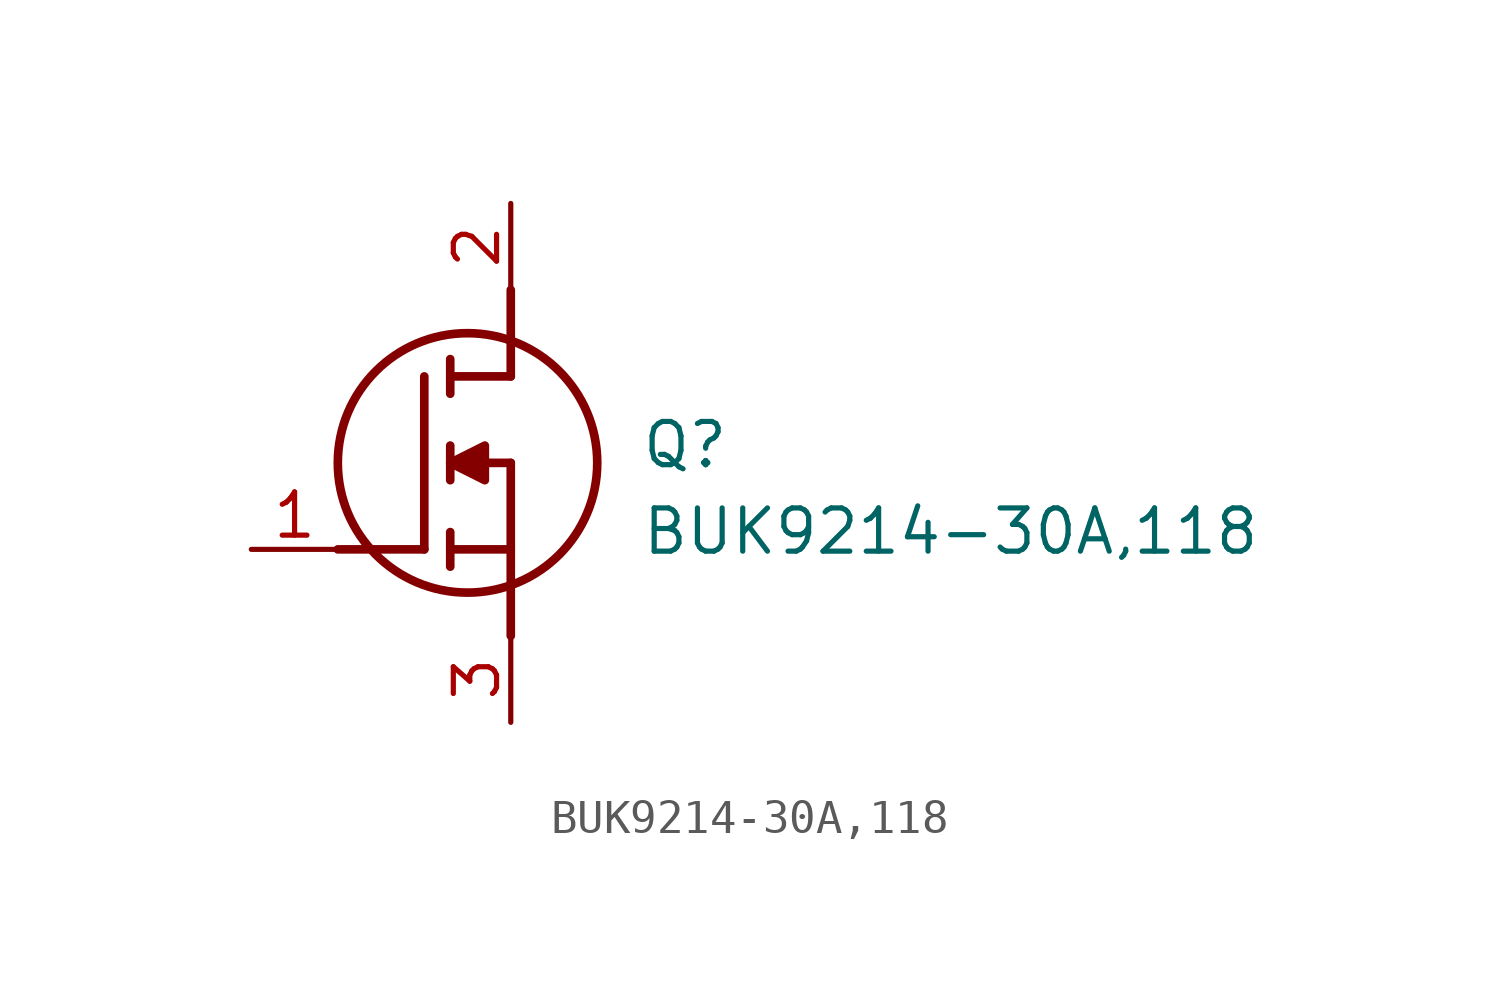
<source format=kicad_sym>
(kicad_symbol_lib
  (version 20211014)
  (generator SamacSys_ECAD_Model)
  (symbol "BUK9214-30A,118"
    (pin_names hide)
    (property "Reference" "Q"
      (at 11.43 3.81 0)
      (effects (font (size 1.27 1.27)) (justify left top)))
    (property "Value" "BUK9214-30A,118"
      (at 11.43 1.27 0)
      (effects (font (size 1.27 1.27)) (justify left top)))
    (polyline
      (pts (xy 7.62 2.54) (xy 7.62 -2.54))
      (stroke (width 0.254) (type default))
      (fill (type none)))
    (polyline
      (pts (xy 7.62 5.08) (xy 7.62 7.62))
      (stroke (width 0.254) (type default))
      (fill (type none)))
    (polyline
      (pts (xy 2.54 0) (xy 5.08 0))
      (stroke (width 0.254) (type default))
      (fill (type none)))
    (polyline
      (pts (xy 5.08 5.08) (xy 5.08 0))
      (stroke (width 0.254) (type default))
      (fill (type none)))
    (polyline
      (pts (xy 7.62 2.54) (xy 5.842 2.54))
      (stroke (width 0.254) (type default))
      (fill (type none)))
    (polyline
      (pts (xy 7.62 5.08) (xy 5.842 5.08))
      (stroke (width 0.254) (type default))
      (fill (type none)))
    (polyline
      (pts (xy 5.842 0) (xy 7.62 0))
      (stroke (width 0.254) (type default))
      (fill (type none)))
    (polyline
      (pts (xy 5.842 5.588) (xy 5.842 4.572))
      (stroke (width 0.254) (type default))
      (fill (type none)))
    (polyline
      (pts (xy 5.842 -0.508) (xy 5.842 0.508))
      (stroke (width 0.254) (type default))
      (fill (type none)))
    (polyline
      (pts (xy 5.842 2.032) (xy 5.842 3.048))
      (stroke (width 0.254) (type default))
      (fill (type none)))
    (circle
      (center 6.35 2.54)
      (radius 3.81)
      (stroke (width 0.254) (type default))
      (fill (type none)))
    (polyline
      (pts (xy 5.842 2.54) (xy 6.858 3.048) (xy 6.858 2.032) (xy 5.842 2.54))
      (stroke (width 0.254) (type default))
      (fill (type outline)))
    (pin passive line
      (at 0 0 0)
      (length 2.54)
      (name "G" (effects (font (size 1.27 1.27))))
      (number "1" (effects (font (size 1.27 1.27)))))
    (pin passive line
      (at 7.62 10.16 270)
      (length 2.54)
      (name "D" (effects (font (size 1.27 1.27))))
      (number "2" (effects (font (size 1.27 1.27)))))
    (pin passive line
      (at 7.62 -5.08 90)
      (length 2.54)
      (name "S" (effects (font (size 1.27 1.27))))
      (number "3" (effects (font (size 1.27 1.27)))))))
</source>
